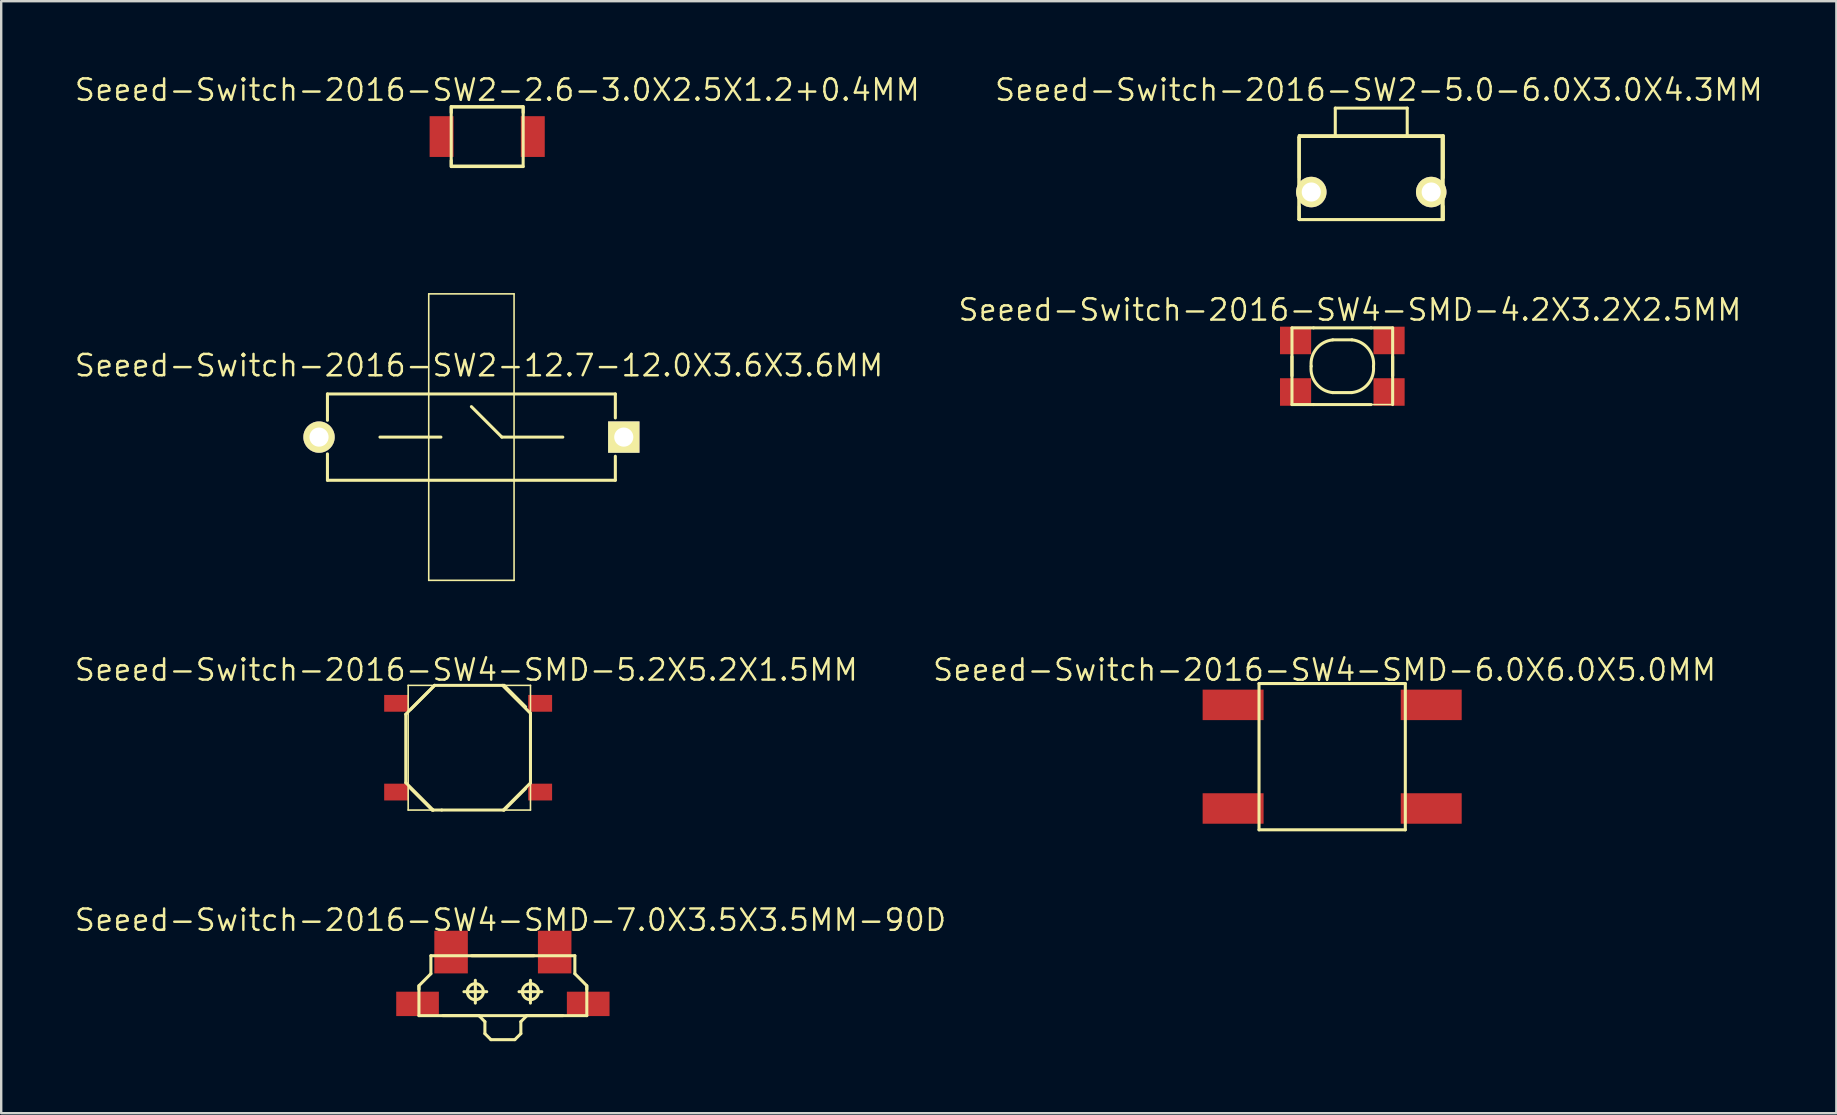
<source format=kicad_pcb>
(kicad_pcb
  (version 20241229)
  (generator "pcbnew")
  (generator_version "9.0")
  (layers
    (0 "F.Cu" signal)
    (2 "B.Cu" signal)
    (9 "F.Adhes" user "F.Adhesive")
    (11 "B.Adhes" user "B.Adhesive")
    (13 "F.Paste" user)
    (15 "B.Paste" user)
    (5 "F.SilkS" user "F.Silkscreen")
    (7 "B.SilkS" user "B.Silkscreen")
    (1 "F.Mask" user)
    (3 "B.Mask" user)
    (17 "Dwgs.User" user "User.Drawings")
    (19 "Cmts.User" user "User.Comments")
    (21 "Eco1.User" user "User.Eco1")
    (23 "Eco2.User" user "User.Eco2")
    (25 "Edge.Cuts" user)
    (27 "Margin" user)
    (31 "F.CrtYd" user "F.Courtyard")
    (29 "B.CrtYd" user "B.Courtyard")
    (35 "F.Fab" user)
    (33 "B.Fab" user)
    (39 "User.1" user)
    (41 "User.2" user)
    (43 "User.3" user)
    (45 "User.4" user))
  (footprint "Seeed-Switch-2016-SW4-SMD-6.0X6.0X5.0MM"
    (layer "F.Cu")
    (at 52.467 28.484)
    (property "Reference" "Seeed-Switch-2016-SW4-SMD-6.0X6.0X5.0MM" (at -0.318 -3.617 0) (layer "F.SilkS") (effects (font (size 0.889 0.889) (thickness 0.102))))
    (attr smd)
    (fp_line (start -3.048 -3.048) (end 3.048 -3.048) (stroke (width 0.066) (type solid)) (layer "F.SilkS"))
    (fp_line (start -3.048 -3.048) (end 3.048 -3.048) (stroke (width 0.127) (type solid)) (layer "F.SilkS"))
    (fp_line (start -3.048 3.048) (end -3.048 -3.048) (stroke (width 0.066) (type solid)) (layer "F.SilkS"))
    (fp_line (start -3.048 3.048) (end -3.048 -3.048) (stroke (width 0.127) (type solid)) (layer "F.SilkS"))
    (fp_line (start -3.048 3.048) (end 3.048 3.048) (stroke (width 0.066) (type solid)) (layer "F.SilkS"))
    (fp_line (start 3.048 -3.048) (end 3.048 3.048) (stroke (width 0.127) (type solid)) (layer "F.SilkS"))
    (fp_line (start 3.048 3.048) (end -3.048 3.048) (stroke (width 0.127) (type solid)) (layer "F.SilkS"))
    (fp_line (start 3.048 3.048) (end 3.048 -3.048) (stroke (width 0.066) (type solid)) (layer "F.SilkS"))
    (pad "1" smd rect (at -4.128 -2.159) (size 2.54 1.27) (layers "F.Cu" "F.Mask" "F.Paste"))
    (pad "2" smd rect (at -4.128 2.159) (size 2.54 1.27) (layers "F.Cu" "F.Mask" "F.Paste"))
    (pad "3" smd rect (at 4.128 2.159) (size 2.54 1.27) (layers "F.Cu" "F.Mask" "F.Paste"))
    (pad "4" smd rect (at 4.128 -2.159) (size 2.54 1.27) (layers "F.Cu" "F.Mask" "F.Paste")))
  (footprint "Seeed-Switch-2016-SW2-5.0-6.0X3.0X4.3MM"
    (layer "F.Cu")
    (at 54.096 4.953)
    (property "Reference" "Seeed-Switch-2016-SW2-5.0-6.0X3.0X4.3MM" (at 0.318 -4.255 0) (layer "F.SilkS") (effects (font (size 0.889 0.889) (thickness 0.102))))
    (attr exclude_from_pos_files exclude_from_bom)
    (fp_line (start -3.048 -2.286) (end 2.921 -2.286) (stroke (width 0.066) (type solid)) (layer "F.SilkS"))
    (fp_line (start -3.048 1.143) (end -3.048 -2.286) (stroke (width 0.066) (type solid)) (layer "F.SilkS"))
    (fp_line (start -3.048 1.143) (end 2.921 1.143) (stroke (width 0.066) (type solid)) (layer "F.SilkS"))
    (fp_line (start -3 -2.349) (end -1.499 -2.349) (stroke (width 0.127) (type solid)) (layer "F.SilkS"))
    (fp_line (start -3 -2.299) (end -3 -0.599) (stroke (width 0.127) (type solid)) (layer "F.SilkS"))
    (fp_line (start -3 1.148) (end -3 -2.349) (stroke (width 0.127) (type solid)) (layer "F.SilkS"))
    (fp_line (start -3 1.148) (end -3 0.599) (stroke (width 0.127) (type solid)) (layer "F.SilkS"))
    (fp_line (start -3 1.148) (end 3 1.148) (stroke (width 0.127) (type solid)) (layer "F.SilkS"))
    (fp_line (start -1.499 -3.498) (end 1.499 -3.498) (stroke (width 0.127) (type solid)) (layer "F.SilkS"))
    (fp_line (start -1.499 -2.349) (end -1.499 -3.498) (stroke (width 0.127) (type solid)) (layer "F.SilkS"))
    (fp_line (start -1.499 -2.349) (end 1.499 -2.349) (stroke (width 0.127) (type solid)) (layer "F.SilkS"))
    (fp_line (start 1.499 -3.498) (end 1.499 -2.349) (stroke (width 0.127) (type solid)) (layer "F.SilkS"))
    (fp_line (start 1.499 -2.349) (end 3 -2.349) (stroke (width 0.127) (type solid)) (layer "F.SilkS"))
    (fp_line (start 2.921 1.143) (end 2.921 -2.286) (stroke (width 0.066) (type solid)) (layer "F.SilkS"))
    (fp_line (start 3 -2.349) (end 3 1.148) (stroke (width 0.127) (type solid)) (layer "F.SilkS"))
    (fp_line (start 3 -2.299) (end 3 -0.599) (stroke (width 0.127) (type solid)) (layer "F.SilkS"))
    (fp_line (start 3 1.148) (end 3 0.599) (stroke (width 0.127) (type solid)) (layer "F.SilkS"))
    (pad "1" thru_hole circle (at -2.499 0) (size 1.27 1.27) (drill 0.798) (layers "*.Cu" "F.Mask" "F.SilkS" "F.Paste"))
    (pad "2" thru_hole circle (at 2.499 0) (size 1.27 1.27) (drill 0.798) (layers "*.Cu" "F.Mask" "F.SilkS" "F.Paste")))
  (footprint "Seeed-Switch-2016-SW4-SMD-7.0X3.5X3.5MM-90D"
    (layer "F.Cu")
    (at 17.907 38.278)
    (property "Reference" "Seeed-Switch-2016-SW4-SMD-7.0X3.5X3.5MM-90D" (at 0.318 -2.985 0) (layer "F.SilkS") (effects (font (size 0.889 0.889) (thickness 0.102))))
    (attr smd)
    (fp_line (start -3.498 -0.249) (end -3 -0.749) (stroke (width 0.127) (type solid)) (layer "F.SilkS"))
    (fp_line (start -3.498 -0.198) (end -3.498 -0.099) (stroke (width 0.127) (type solid)) (layer "F.SilkS"))
    (fp_line (start -3.498 0.998) (end -3.498 -0.249) (stroke (width 0.127) (type solid)) (layer "F.SilkS"))
    (fp_line (start -3.498 0.998) (end -0.998 0.998) (stroke (width 0.127) (type solid)) (layer "F.SilkS"))
    (fp_line (start -3 -1.499) (end 3 -1.499) (stroke (width 0.127) (type solid)) (layer "F.SilkS"))
    (fp_line (start -3 -0.749) (end -3 -1.499) (stroke (width 0.127) (type solid)) (layer "F.SilkS"))
    (fp_line (start -1.623 0) (end -0.673 0) (stroke (width 0.127) (type solid)) (layer "F.SilkS"))
    (fp_line (start -1.298 -1.499) (end 1.298 -1.499) (stroke (width 0.127) (type solid)) (layer "F.SilkS"))
    (fp_line (start -1.148 0.475) (end -1.148 -0.475) (stroke (width 0.127) (type solid)) (layer "F.SilkS"))
    (fp_line (start -0.998 0.998) (end -2.499 0.998) (stroke (width 0.127) (type solid)) (layer "F.SilkS"))
    (fp_line (start -0.998 0.998) (end -0.749 1.25) (stroke (width 0.127) (type solid)) (layer "F.SilkS"))
    (fp_line (start -0.749 1.25) (end -0.749 1.748) (stroke (width 0.127) (type solid)) (layer "F.SilkS"))
    (fp_line (start -0.749 1.748) (end -0.498 1.999) (stroke (width 0.127) (type solid)) (layer "F.SilkS"))
    (fp_line (start -0.498 1.999) (end 0.498 1.999) (stroke (width 0.127) (type solid)) (layer "F.SilkS"))
    (fp_line (start 0.498 1.999) (end 0.749 1.748) (stroke (width 0.127) (type solid)) (layer "F.SilkS"))
    (fp_line (start 0.673 0) (end 1.623 0) (stroke (width 0.127) (type solid)) (layer "F.SilkS"))
    (fp_line (start 0.749 1.25) (end 0.998 0.998) (stroke (width 0.127) (type solid)) (layer "F.SilkS"))
    (fp_line (start 0.749 1.748) (end 0.749 1.25) (stroke (width 0.127) (type solid)) (layer "F.SilkS"))
    (fp_line (start 0.998 0.998) (end -0.998 0.998) (stroke (width 0.127) (type solid)) (layer "F.SilkS"))
    (fp_line (start 0.998 0.998) (end 2.499 0.998) (stroke (width 0.127) (type solid)) (layer "F.SilkS"))
    (fp_line (start 1.148 0.475) (end 1.148 -0.475) (stroke (width 0.127) (type solid)) (layer "F.SilkS"))
    (fp_line (start 3 -1.499) (end 3 -0.749) (stroke (width 0.127) (type solid)) (layer "F.SilkS"))
    (fp_line (start 3 -0.749) (end 3.498 -0.249) (stroke (width 0.127) (type solid)) (layer "F.SilkS"))
    (fp_line (start 3.498 -0.249) (end 3.498 0.998) (stroke (width 0.127) (type solid)) (layer "F.SilkS"))
    (fp_line (start 3.498 -0.198) (end 3.498 -0.099) (stroke (width 0.127) (type solid)) (layer "F.SilkS"))
    (fp_line (start 3.498 0.998) (end 0.998 0.998) (stroke (width 0.127) (type solid)) (layer "F.SilkS"))
    (fp_circle (center -1.148 0) (end -1.384 0.236) (stroke (width 0.127) (type solid)) (fill no) (layer "F.SilkS"))
    (fp_circle (center 1.148 0) (end 1.384 0.236) (stroke (width 0.127) (type solid)) (fill no) (layer "F.SilkS"))
    (pad "1" smd rect (at -2.159 -1.651 90) (size 1.778 1.397) (layers "F.Cu" "F.Mask" "F.Paste"))
    (pad "2" smd rect (at 2.159 -1.651 90) (size 1.778 1.397) (layers "F.Cu" "F.Mask" "F.Paste"))
    (pad "S1" smd rect (at -3.556 0.508) (size 1.778 1.016) (layers "F.Cu" "F.Mask" "F.Paste"))
    (pad "S2" smd rect (at 3.556 0.508) (size 1.778 1.016) (layers "F.Cu" "F.Mask" "F.Paste")))
  (footprint "Seeed-Switch-2016-SW2-2.6-3.0X2.5X1.2+0.4MM"
    (layer "F.Cu")
    (at 17.253 2.641)
    (property "Reference" "Seeed-Switch-2016-SW2-2.6-3.0X2.5X1.2+0.4MM" (at 0.422 -1.943 0) (layer "F.SilkS") (effects (font (size 0.889 0.889) (thickness 0.102))))
    (attr smd)
    (fp_line (start -1.499 -1.25) (end -1.499 1.25) (stroke (width 0.127) (type solid)) (layer "F.SilkS"))
    (fp_line (start -1.499 -1.199) (end -1.499 -0.998) (stroke (width 0.127) (type solid)) (layer "F.SilkS"))
    (fp_line (start -1.499 -1.199) (end 1.499 -1.199) (stroke (width 0.066) (type solid)) (layer "F.SilkS"))
    (fp_line (start -1.499 1.199) (end -1.499 -1.199) (stroke (width 0.066) (type solid)) (layer "F.SilkS"))
    (fp_line (start -1.499 1.199) (end -1.499 0.998) (stroke (width 0.127) (type solid)) (layer "F.SilkS"))
    (fp_line (start -1.499 1.199) (end 1.499 1.199) (stroke (width 0.066) (type solid)) (layer "F.SilkS"))
    (fp_line (start -1.499 1.25) (end 1.499 1.25) (stroke (width 0.127) (type solid)) (layer "F.SilkS"))
    (fp_line (start 1.499 -1.25) (end -1.499 -1.25) (stroke (width 0.127) (type solid)) (layer "F.SilkS"))
    (fp_line (start 1.499 -1.199) (end 1.499 -0.998) (stroke (width 0.127) (type solid)) (layer "F.SilkS"))
    (fp_line (start 1.499 1.199) (end 1.499 -1.199) (stroke (width 0.066) (type solid)) (layer "F.SilkS"))
    (fp_line (start 1.499 1.25) (end 1.499 -1.25) (stroke (width 0.127) (type solid)) (layer "F.SilkS"))
    (pad "1" smd rect (at -1.9 0 90) (size 1.699 0.998) (layers "F.Cu" "F.Mask" "F.Paste"))
    (pad "2" smd rect (at 1.9 0 90) (size 1.699 0.998) (layers "F.Cu" "F.Mask" "F.Paste")))
  (footprint "Seeed-Switch-2016-SW4-SMD-4.2X3.2X2.5MM"
    (layer "F.Cu")
    (at 52.89 12.212)
    (property "Reference" "Seeed-Switch-2016-SW4-SMD-4.2X3.2X2.5MM" (at 0.318 -2.349 0) (layer "F.SilkS") (effects (font (size 0.889 0.889) (thickness 0.102))))
    (attr smd)
    (fp_line (start -2.098 -1.598) (end 2.098 -1.598) (stroke (width 0.066) (type solid)) (layer "F.SilkS"))
    (fp_line (start -2.098 -0.399) (end -2.098 0.399) (stroke (width 0.127) (type solid)) (layer "F.SilkS"))
    (fp_line (start -2.098 1.598) (end -2.098 -1.598) (stroke (width 0.066) (type solid)) (layer "F.SilkS"))
    (fp_line (start -2.098 1.598) (end -2.098 -1.598) (stroke (width 0.127) (type solid)) (layer "F.SilkS"))
    (fp_line (start -2.098 1.598) (end 2.098 1.598) (stroke (width 0.066) (type solid)) (layer "F.SilkS"))
    (fp_line (start -1.199 -1.598) (end -2.098 -1.598) (stroke (width 0.127) (type solid)) (layer "F.SilkS"))
    (fp_line (start -1.199 -1.598) (end 1.199 -1.598) (stroke (width 0.127) (type solid)) (layer "F.SilkS"))
    (fp_line (start -1.199 1.598) (end -2.098 1.598) (stroke (width 0.127) (type solid)) (layer "F.SilkS"))
    (fp_line (start -0.399 -1.1) (end 0.399 -1.1) (stroke (width 0.127) (type solid)) (layer "F.SilkS"))
    (fp_line (start 0.399 1.1) (end -0.399 1.1) (stroke (width 0.127) (type solid)) (layer "F.SilkS"))
    (fp_line (start 1.199 -1.598) (end 2.098 -1.598) (stroke (width 0.127) (type solid)) (layer "F.SilkS"))
    (fp_line (start 1.199 1.598) (end -1.199 1.598) (stroke (width 0.127) (type solid)) (layer "F.SilkS"))
    (fp_line (start 2.098 -1.598) (end 2.098 1.598) (stroke (width 0.127) (type solid)) (layer "F.SilkS"))
    (fp_line (start 2.098 0.399) (end 2.098 -0.399) (stroke (width 0.127) (type solid)) (layer "F.SilkS"))
    (fp_line (start 2.098 1.598) (end 2.098 -1.598) (stroke (width 0.066) (type solid)) (layer "F.SilkS"))
    (fp_arc (start -1.29794 0) (mid -1.075614 -0.734862) (end -0.39878 -1.09728) (stroke (width 0.127) (type solid)) (layer "F.SilkS"))
    (fp_arc (start -0.39878 1.09982) (mid -1.07741 0.736658) (end -1.30048 0) (stroke (width 0.127) (type solid)) (layer "F.SilkS"))
    (fp_arc (start 0.39878 -1.09982) (mid 1.07741 -0.736658) (end 1.30048 0) (stroke (width 0.127) (type solid)) (layer "F.SilkS"))
    (fp_arc (start 1.29794 0) (mid 1.075614 0.734862) (end 0.39878 1.09728) (stroke (width 0.127) (type solid)) (layer "F.SilkS"))
    (pad "1" smd rect (at -1.948 -1.074) (size 1.298 1.148) (layers "F.Cu" "F.Mask" "F.Paste"))
    (pad "2" smd rect (at 1.948 -1.074) (size 1.298 1.148) (layers "F.Cu" "F.Mask" "F.Paste"))
    (pad "3" smd rect (at -1.948 1.074) (size 1.298 1.148) (layers "F.Cu" "F.Mask" "F.Paste"))
    (pad "4" smd rect (at 1.948 1.074) (size 1.298 1.148) (layers "F.Cu" "F.Mask" "F.Paste")))
  (footprint "Seeed-Switch-2016-SW2-12.7-12.0X3.6X3.6MM"
    (layer "F.Cu")
    (at 16.595 15.166)
    (property "Reference" "Seeed-Switch-2016-SW2-12.7-12.0X3.6X3.6MM" (at 0.318 -2.985 0) (layer "F.SilkS") (effects (font (size 0.889 0.889) (thickness 0.102))))
    (attr exclude_from_pos_files exclude_from_bom)
    (fp_line (start -5.999 -1.798) (end -5.999 -0.699) (stroke (width 0.127) (type solid)) (layer "F.SilkS"))
    (fp_line (start -5.999 1.798) (end -5.999 0.699) (stroke (width 0.127) (type solid)) (layer "F.SilkS"))
    (fp_line (start -5.999 1.798) (end 5.999 1.798) (stroke (width 0.127) (type solid)) (layer "F.SilkS"))
    (fp_line (start -3.81 0) (end -1.27 0) (stroke (width 0.127) (type solid)) (layer "F.SilkS"))
    (fp_line (start -1.778 -5.969) (end 1.778 -5.969) (stroke (width 0.066) (type solid)) (layer "F.SilkS"))
    (fp_line (start -1.778 5.969) (end -1.778 -5.969) (stroke (width 0.066) (type solid)) (layer "F.SilkS"))
    (fp_line (start -1.778 5.969) (end 1.778 5.969) (stroke (width 0.066) (type solid)) (layer "F.SilkS"))
    (fp_line (start 1.27 0) (end 0 -1.27) (stroke (width 0.127) (type solid)) (layer "F.SilkS"))
    (fp_line (start 1.778 5.969) (end 1.778 -5.969) (stroke (width 0.066) (type solid)) (layer "F.SilkS"))
    (fp_line (start 3.81 0) (end 1.27 0) (stroke (width 0.127) (type solid)) (layer "F.SilkS"))
    (fp_line (start 5.999 -1.798) (end -5.999 -1.798) (stroke (width 0.127) (type solid)) (layer "F.SilkS"))
    (fp_line (start 5.999 -1.798) (end 5.999 -0.798) (stroke (width 0.127) (type solid)) (layer "F.SilkS"))
    (fp_line (start 5.999 1.798) (end 5.999 0.798) (stroke (width 0.127) (type solid)) (layer "F.SilkS"))
    (pad "1" thru_hole rect (at 6.35 0) (size 1.306 1.306) (drill 0.798) (layers "*.Cu" "F.Mask" "F.SilkS" "F.Paste"))
    (pad "2" thru_hole circle (at -6.35 0) (size 1.306 1.306) (drill 0.798) (layers "*.Cu" "F.Mask" "F.SilkS" "F.Paste")))
  (footprint "Seeed-Switch-2016-SW4-SMD-5.2X5.2X1.5MM"
    (layer "F.Cu")
    (at 16.459 28.11)
    (property "Reference" "Seeed-Switch-2016-SW4-SMD-5.2X5.2X1.5MM" (at -0.076 -3.244 0) (layer "F.SilkS") (effects (font (size 0.889 0.889) (thickness 0.102))))
    (attr smd)
    (fp_line (start -2.598 -1.394) (end -1.394 -2.598) (stroke (width 0.127) (type solid)) (layer "F.SilkS"))
    (fp_line (start -2.598 1.458) (end -2.598 -1.394) (stroke (width 0.127) (type solid)) (layer "F.SilkS"))
    (fp_line (start -2.499 -2.598) (end 2.598 -2.598) (stroke (width 0.066) (type solid)) (layer "F.SilkS"))
    (fp_line (start -2.499 2.598) (end -2.499 -2.598) (stroke (width 0.066) (type solid)) (layer "F.SilkS"))
    (fp_line (start -2.499 2.598) (end 2.598 2.598) (stroke (width 0.066) (type solid)) (layer "F.SilkS"))
    (fp_line (start -1.499 2.598) (end -2.398 1.699) (stroke (width 0.127) (type solid)) (layer "F.SilkS"))
    (fp_line (start -1.458 2.598) (end -2.598 1.458) (stroke (width 0.127) (type solid)) (layer "F.SilkS"))
    (fp_line (start -1.458 2.598) (end -1.499 2.598) (stroke (width 0.127) (type solid)) (layer "F.SilkS"))
    (fp_line (start -1.4 -2.598) (end -2.398 -1.598) (stroke (width 0.127) (type solid)) (layer "F.SilkS"))
    (fp_line (start -1.4 -2.598) (end 1.499 -2.598) (stroke (width 0.127) (type solid)) (layer "F.SilkS"))
    (fp_line (start -1.1 2.598) (end -1.458 2.598) (stroke (width 0.127) (type solid)) (layer "F.SilkS"))
    (fp_line (start 1.433 -2.598) (end 2.598 -1.433) (stroke (width 0.127) (type solid)) (layer "F.SilkS"))
    (fp_line (start 1.499 -2.598) (end 2.398 -1.699) (stroke (width 0.127) (type solid)) (layer "F.SilkS"))
    (fp_line (start 1.499 2.598) (end -1.1 2.598) (stroke (width 0.127) (type solid)) (layer "F.SilkS"))
    (fp_line (start 1.499 2.598) (end 2.398 1.699) (stroke (width 0.127) (type solid)) (layer "F.SilkS"))
    (fp_line (start 2.598 -1.433) (end 2.598 1.468) (stroke (width 0.127) (type solid)) (layer "F.SilkS"))
    (fp_line (start 2.598 1.468) (end 1.468 2.598) (stroke (width 0.127) (type solid)) (layer "F.SilkS"))
    (fp_line (start 2.598 2.598) (end 2.598 -2.598) (stroke (width 0.066) (type solid)) (layer "F.SilkS"))
    (pad "1" smd rect (at -3 -1.849) (size 0.998 0.699) (layers "F.Cu" "F.Mask" "F.Paste"))
    (pad "2" smd rect (at 3 -1.849) (size 0.998 0.699) (layers "F.Cu" "F.Mask" "F.Paste"))
    (pad "3" smd rect (at -3 1.849) (size 0.998 0.699) (layers "F.Cu" "F.Mask" "F.Paste"))
    (pad "4" smd rect (at 3 1.849) (size 0.998 0.699) (layers "F.Cu" "F.Mask" "F.Paste")))
  (gr_rect
    (start -3 -3)
    (end 73.479 43.341)
    (stroke (width 0.1) (type default))
    (fill no)
    (layer "Edge.Cuts")))
</source>
